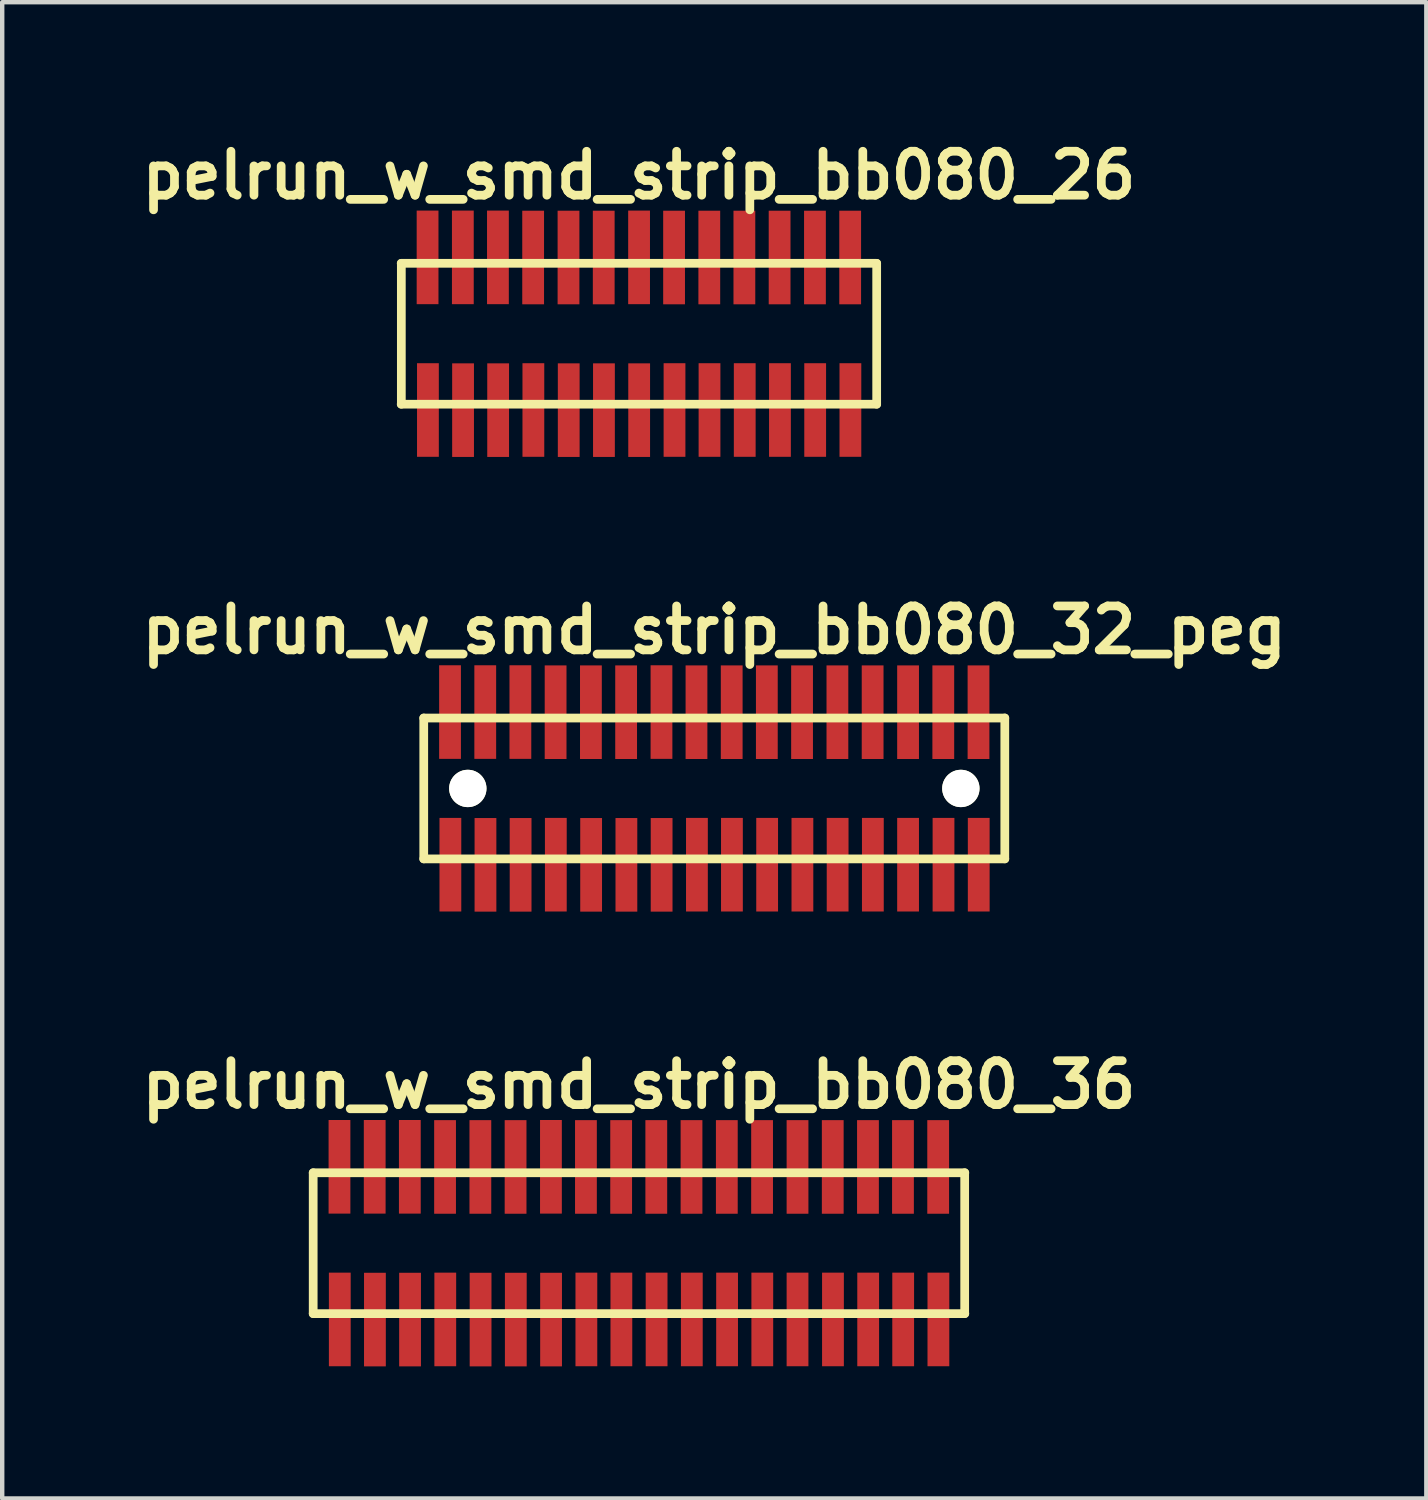
<source format=kicad_pcb>
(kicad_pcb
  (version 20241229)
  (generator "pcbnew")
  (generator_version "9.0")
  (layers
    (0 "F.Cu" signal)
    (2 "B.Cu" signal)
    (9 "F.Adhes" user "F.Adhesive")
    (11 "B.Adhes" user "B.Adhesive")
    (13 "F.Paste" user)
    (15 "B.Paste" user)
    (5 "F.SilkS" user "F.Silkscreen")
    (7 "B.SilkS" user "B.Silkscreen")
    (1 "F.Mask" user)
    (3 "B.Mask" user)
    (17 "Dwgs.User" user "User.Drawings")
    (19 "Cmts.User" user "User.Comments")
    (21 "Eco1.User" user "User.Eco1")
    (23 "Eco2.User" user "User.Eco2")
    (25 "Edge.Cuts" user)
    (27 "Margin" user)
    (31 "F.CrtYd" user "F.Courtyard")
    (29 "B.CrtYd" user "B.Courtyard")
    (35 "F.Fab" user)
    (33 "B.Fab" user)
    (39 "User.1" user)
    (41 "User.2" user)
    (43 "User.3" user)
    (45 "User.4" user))
  (footprint "pelrun_w_smd_strip_bb080_36"
    (layer "F.Cu")
    (at 11.463 25.188)
    (property "Reference" "pelrun_w_smd_strip_bb080_36" (at 0 -3.599 0) (layer "F.SilkS") (effects (font (size 0.998 0.998) (thickness 0.198))))
    (attr through_hole)
    (fp_line (start -7.399 -1.6) (end -7.399 1.6) (stroke (width 0.198) (type solid)) (layer "F.SilkS"))
    (fp_line (start -7.399 1.6) (end 7.402 1.6) (stroke (width 0.198) (type solid)) (layer "F.SilkS"))
    (fp_line (start 7.399 1.6) (end 7.399 -1.6) (stroke (width 0.198) (type solid)) (layer "F.SilkS"))
    (fp_line (start 7.402 -1.6) (end -7.399 -1.6) (stroke (width 0.198) (type solid)) (layer "F.SilkS"))
    (pad "1" smd rect (at -6.795 1.732) (size 0.495 2.126) (layers "F.Cu" "F.Mask" "F.Paste"))
    (pad "2" smd rect (at -6.802 -1.735) (size 0.495 2.126) (layers "F.Cu" "F.Mask" "F.Paste"))
    (pad "3" smd rect (at -5.997 1.735) (size 0.495 2.126) (layers "F.Cu" "F.Mask" "F.Paste"))
    (pad "4" smd rect (at -6.002 -1.735) (size 0.495 2.126) (layers "F.Cu" "F.Mask" "F.Paste"))
    (pad "5" smd rect (at -5.199 1.735) (size 0.495 2.126) (layers "F.Cu" "F.Mask" "F.Paste"))
    (pad "6" smd rect (at -5.204 -1.735) (size 0.495 2.126) (layers "F.Cu" "F.Mask" "F.Paste"))
    (pad "7" smd rect (at -4.399 1.732) (size 0.495 2.126) (layers "F.Cu" "F.Mask" "F.Paste"))
    (pad "8" smd rect (at -4.404 -1.732) (size 0.495 2.126) (layers "F.Cu" "F.Mask" "F.Paste"))
    (pad "9" smd rect (at -3.597 1.735) (size 0.495 2.126) (layers "F.Cu" "F.Mask" "F.Paste"))
    (pad "10" smd rect (at -3.602 -1.732) (size 0.495 2.126) (layers "F.Cu" "F.Mask" "F.Paste"))
    (pad "11" smd rect (at -2.797 1.735) (size 0.495 2.126) (layers "F.Cu" "F.Mask" "F.Paste"))
    (pad "12" smd rect (at -2.802 -1.732) (size 0.495 2.126) (layers "F.Cu" "F.Mask" "F.Paste"))
    (pad "13" smd rect (at -1.996 1.735) (size 0.495 2.126) (layers "F.Cu" "F.Mask" "F.Paste"))
    (pad "14" smd rect (at -1.999 -1.735) (size 0.495 2.126) (layers "F.Cu" "F.Mask" "F.Paste"))
    (pad "15" smd rect (at -1.194 1.732) (size 0.495 2.126) (layers "F.Cu" "F.Mask" "F.Paste"))
    (pad "16" smd rect (at -1.204 -1.732) (size 0.495 2.126) (layers "F.Cu" "F.Mask" "F.Paste"))
    (pad "17" smd rect (at -0.399 1.732) (size 0.495 2.126) (layers "F.Cu" "F.Mask" "F.Paste"))
    (pad "18" smd rect (at -0.404 -1.732) (size 0.495 2.126) (layers "F.Cu" "F.Mask" "F.Paste"))
    (pad "19" smd rect (at 0.401 1.732) (size 0.495 2.126) (layers "F.Cu" "F.Mask" "F.Paste"))
    (pad "20" smd rect (at 0.394 -1.732) (size 0.495 2.126) (layers "F.Cu" "F.Mask" "F.Paste"))
    (pad "21" smd rect (at 1.201 1.732) (size 0.495 2.126) (layers "F.Cu" "F.Mask" "F.Paste"))
    (pad "22" smd rect (at 1.194 -1.732) (size 0.495 2.126) (layers "F.Cu" "F.Mask" "F.Paste"))
    (pad "23" smd rect (at 2.002 1.732) (size 0.495 2.126) (layers "F.Cu" "F.Mask" "F.Paste"))
    (pad "24" smd rect (at 1.996 -1.732) (size 0.495 2.126) (layers "F.Cu" "F.Mask" "F.Paste"))
    (pad "25" smd rect (at 2.802 1.732) (size 0.495 2.126) (layers "F.Cu" "F.Mask" "F.Paste"))
    (pad "26" smd rect (at 2.797 -1.732) (size 0.495 2.126) (layers "F.Cu" "F.Mask" "F.Paste"))
    (pad "27" smd rect (at 3.602 1.732) (size 0.495 2.126) (layers "F.Cu" "F.Mask" "F.Paste"))
    (pad "28" smd rect (at 3.602 -1.732) (size 0.495 2.126) (layers "F.Cu" "F.Mask" "F.Paste"))
    (pad "29" smd rect (at 4.407 1.732) (size 0.495 2.126) (layers "F.Cu" "F.Mask" "F.Paste"))
    (pad "30" smd rect (at 4.402 -1.732) (size 0.495 2.126) (layers "F.Cu" "F.Mask" "F.Paste"))
    (pad "31" smd rect (at 5.207 1.732) (size 0.495 2.126) (layers "F.Cu" "F.Mask" "F.Paste"))
    (pad "32" smd rect (at 5.202 -1.732) (size 0.495 2.126) (layers "F.Cu" "F.Mask" "F.Paste"))
    (pad "33" smd rect (at 6.002 1.732) (size 0.495 2.126) (layers "F.Cu" "F.Mask" "F.Paste"))
    (pad "34" smd rect (at 5.997 -1.732) (size 0.495 2.126) (layers "F.Cu" "F.Mask" "F.Paste"))
    (pad "35" smd rect (at 6.802 1.732) (size 0.495 2.126) (layers "F.Cu" "F.Mask" "F.Paste"))
    (pad "36" smd rect (at 6.797 -1.732) (size 0.495 2.126) (layers "F.Cu" "F.Mask" "F.Paste")))
  (footprint "pelrun_w_smd_strip_bb080_26"
    (layer "F.Cu")
    (at 11.463 4.531)
    (property "Reference" "pelrun_w_smd_strip_bb080_26" (at 0 -3.599 0) (layer "F.SilkS") (effects (font (size 0.998 0.998) (thickness 0.198))))
    (attr through_hole)
    (fp_line (start -5.4 -1.6) (end 5.4 -1.6) (stroke (width 0.198) (type solid)) (layer "F.SilkS"))
    (fp_line (start -5.397 -1.6) (end -5.397 1.6) (stroke (width 0.198) (type solid)) (layer "F.SilkS"))
    (fp_line (start 5.4 1.6) (end -5.4 1.6) (stroke (width 0.198) (type solid)) (layer "F.SilkS"))
    (fp_line (start 5.4 1.6) (end 5.4 -1.6) (stroke (width 0.198) (type solid)) (layer "F.SilkS"))
    (pad "1" smd rect (at -4.793 1.732) (size 0.495 2.126) (layers "F.Cu" "F.Mask" "F.Paste"))
    (pad "2" smd rect (at -4.801 -1.735) (size 0.495 2.126) (layers "F.Cu" "F.Mask" "F.Paste"))
    (pad "3" smd rect (at -3.995 1.735) (size 0.495 2.126) (layers "F.Cu" "F.Mask" "F.Paste"))
    (pad "4" smd rect (at -4 -1.735) (size 0.495 2.126) (layers "F.Cu" "F.Mask" "F.Paste"))
    (pad "5" smd rect (at -3.198 1.735) (size 0.495 2.126) (layers "F.Cu" "F.Mask" "F.Paste"))
    (pad "6" smd rect (at -3.203 -1.735) (size 0.495 2.126) (layers "F.Cu" "F.Mask" "F.Paste"))
    (pad "7" smd rect (at -2.398 1.732) (size 0.495 2.126) (layers "F.Cu" "F.Mask" "F.Paste"))
    (pad "8" smd rect (at -2.403 -1.732) (size 0.495 2.126) (layers "F.Cu" "F.Mask" "F.Paste"))
    (pad "9" smd rect (at -1.595 1.735) (size 0.495 2.126) (layers "F.Cu" "F.Mask" "F.Paste"))
    (pad "10" smd rect (at -1.6 -1.732) (size 0.495 2.126) (layers "F.Cu" "F.Mask" "F.Paste"))
    (pad "11" smd rect (at -0.795 1.735) (size 0.495 2.126) (layers "F.Cu" "F.Mask" "F.Paste"))
    (pad "12" smd rect (at -0.8 -1.732) (size 0.495 2.126) (layers "F.Cu" "F.Mask" "F.Paste"))
    (pad "13" smd rect (at 0.005 1.735) (size 0.495 2.126) (layers "F.Cu" "F.Mask" "F.Paste"))
    (pad "14" smd rect (at 0.003 -1.735) (size 0.495 2.126) (layers "F.Cu" "F.Mask" "F.Paste"))
    (pad "15" smd rect (at 0.808 1.732) (size 0.495 2.126) (layers "F.Cu" "F.Mask" "F.Paste"))
    (pad "16" smd rect (at 0.798 -1.732) (size 0.495 2.126) (layers "F.Cu" "F.Mask" "F.Paste"))
    (pad "17" smd rect (at 1.603 1.732) (size 0.495 2.126) (layers "F.Cu" "F.Mask" "F.Paste"))
    (pad "18" smd rect (at 1.598 -1.732) (size 0.495 2.126) (layers "F.Cu" "F.Mask" "F.Paste"))
    (pad "19" smd rect (at 2.403 1.732) (size 0.495 2.126) (layers "F.Cu" "F.Mask" "F.Paste"))
    (pad "20" smd rect (at 2.395 -1.732) (size 0.495 2.126) (layers "F.Cu" "F.Mask" "F.Paste"))
    (pad "21" smd rect (at 3.203 1.732) (size 0.495 2.126) (layers "F.Cu" "F.Mask" "F.Paste"))
    (pad "22" smd rect (at 3.195 -1.732) (size 0.495 2.126) (layers "F.Cu" "F.Mask" "F.Paste"))
    (pad "23" smd rect (at 4.003 1.732) (size 0.495 2.126) (layers "F.Cu" "F.Mask" "F.Paste"))
    (pad "24" smd rect (at 3.998 -1.732) (size 0.495 2.126) (layers "F.Cu" "F.Mask" "F.Paste"))
    (pad "25" smd rect (at 4.803 1.732) (size 0.495 2.126) (layers "F.Cu" "F.Mask" "F.Paste"))
    (pad "26" smd rect (at 4.798 -1.732) (size 0.495 2.126) (layers "F.Cu" "F.Mask" "F.Paste")))
  (footprint "pelrun_w_smd_strip_bb080_32_peg"
    (layer "F.Cu")
    (at 13.174 14.859)
    (property "Reference" "pelrun_w_smd_strip_bb080_32_peg" (at 0 -3.599 0) (layer "F.SilkS") (effects (font (size 0.998 0.998) (thickness 0.198))))
    (attr through_hole)
    (fp_line (start -6.599 -1.6) (end -6.599 1.6) (stroke (width 0.198) (type solid)) (layer "F.SilkS"))
    (fp_line (start -6.599 1.6) (end 6.599 1.6) (stroke (width 0.198) (type solid)) (layer "F.SilkS"))
    (fp_line (start 6.599 -1.6) (end -6.599 -1.6) (stroke (width 0.198) (type solid)) (layer "F.SilkS"))
    (fp_line (start 6.599 1.6) (end 6.599 -1.6) (stroke (width 0.198) (type solid)) (layer "F.SilkS"))
    (pad "" np_thru_hole circle (at -5.598 0) (size 0.848 0.848) (drill 0.848) (layers "*.Cu" "*.Mask" "F.SilkS"))
    (pad "" np_thru_hole circle (at 5.601 0) (size 0.848 0.848) (drill 0.848) (layers "*.Cu" "*.Mask" "F.SilkS"))
    (pad "1" smd rect (at -5.994 1.732) (size 0.495 2.126) (layers "F.Cu" "F.Mask" "F.Paste"))
    (pad "2" smd rect (at -6.002 -1.735) (size 0.495 2.126) (layers "F.Cu" "F.Mask" "F.Paste"))
    (pad "3" smd rect (at -5.197 1.735) (size 0.495 2.126) (layers "F.Cu" "F.Mask" "F.Paste"))
    (pad "4" smd rect (at -5.202 -1.735) (size 0.495 2.126) (layers "F.Cu" "F.Mask" "F.Paste"))
    (pad "5" smd rect (at -4.399 1.735) (size 0.495 2.126) (layers "F.Cu" "F.Mask" "F.Paste"))
    (pad "6" smd rect (at -4.404 -1.735) (size 0.495 2.126) (layers "F.Cu" "F.Mask" "F.Paste"))
    (pad "7" smd rect (at -3.599 1.732) (size 0.495 2.126) (layers "F.Cu" "F.Mask" "F.Paste"))
    (pad "8" smd rect (at -3.604 -1.732) (size 0.495 2.126) (layers "F.Cu" "F.Mask" "F.Paste"))
    (pad "9" smd rect (at -2.797 1.735) (size 0.495 2.126) (layers "F.Cu" "F.Mask" "F.Paste"))
    (pad "10" smd rect (at -2.802 -1.732) (size 0.495 2.126) (layers "F.Cu" "F.Mask" "F.Paste"))
    (pad "11" smd rect (at -1.996 1.735) (size 0.495 2.126) (layers "F.Cu" "F.Mask" "F.Paste"))
    (pad "12" smd rect (at -2.002 -1.732) (size 0.495 2.126) (layers "F.Cu" "F.Mask" "F.Paste"))
    (pad "13" smd rect (at -1.196 1.735) (size 0.495 2.126) (layers "F.Cu" "F.Mask" "F.Paste"))
    (pad "14" smd rect (at -1.199 -1.735) (size 0.495 2.126) (layers "F.Cu" "F.Mask" "F.Paste"))
    (pad "15" smd rect (at -0.394 1.732) (size 0.495 2.126) (layers "F.Cu" "F.Mask" "F.Paste"))
    (pad "16" smd rect (at -0.404 -1.732) (size 0.495 2.126) (layers "F.Cu" "F.Mask" "F.Paste"))
    (pad "17" smd rect (at 0.401 1.732) (size 0.495 2.126) (layers "F.Cu" "F.Mask" "F.Paste"))
    (pad "18" smd rect (at 0.396 -1.732) (size 0.495 2.126) (layers "F.Cu" "F.Mask" "F.Paste"))
    (pad "19" smd rect (at 1.201 1.732) (size 0.495 2.126) (layers "F.Cu" "F.Mask" "F.Paste"))
    (pad "20" smd rect (at 1.194 -1.732) (size 0.495 2.126) (layers "F.Cu" "F.Mask" "F.Paste"))
    (pad "21" smd rect (at 2.002 1.732) (size 0.495 2.126) (layers "F.Cu" "F.Mask" "F.Paste"))
    (pad "22" smd rect (at 1.994 -1.732) (size 0.495 2.126) (layers "F.Cu" "F.Mask" "F.Paste"))
    (pad "23" smd rect (at 2.802 1.732) (size 0.495 2.126) (layers "F.Cu" "F.Mask" "F.Paste"))
    (pad "24" smd rect (at 2.797 -1.732) (size 0.495 2.126) (layers "F.Cu" "F.Mask" "F.Paste"))
    (pad "25" smd rect (at 3.602 1.732) (size 0.495 2.126) (layers "F.Cu" "F.Mask" "F.Paste"))
    (pad "26" smd rect (at 3.597 -1.732) (size 0.495 2.126) (layers "F.Cu" "F.Mask" "F.Paste"))
    (pad "27" smd rect (at 4.402 1.732) (size 0.495 2.126) (layers "F.Cu" "F.Mask" "F.Paste"))
    (pad "28" smd rect (at 4.402 -1.732) (size 0.495 2.126) (layers "F.Cu" "F.Mask" "F.Paste"))
    (pad "29" smd rect (at 5.207 1.732) (size 0.495 2.126) (layers "F.Cu" "F.Mask" "F.Paste"))
    (pad "30" smd rect (at 5.202 -1.732) (size 0.495 2.126) (layers "F.Cu" "F.Mask" "F.Paste"))
    (pad "31" smd rect (at 6.007 1.732) (size 0.495 2.126) (layers "F.Cu" "F.Mask" "F.Paste"))
    (pad "32" smd rect (at 6.002 -1.732) (size 0.495 2.126) (layers "F.Cu" "F.Mask" "F.Paste")))
  (gr_rect
    (start -3 -3)
    (end 29.348 30.986)
    (stroke (width 0.1) (type default))
    (fill no)
    (layer "Edge.Cuts")))
</source>
